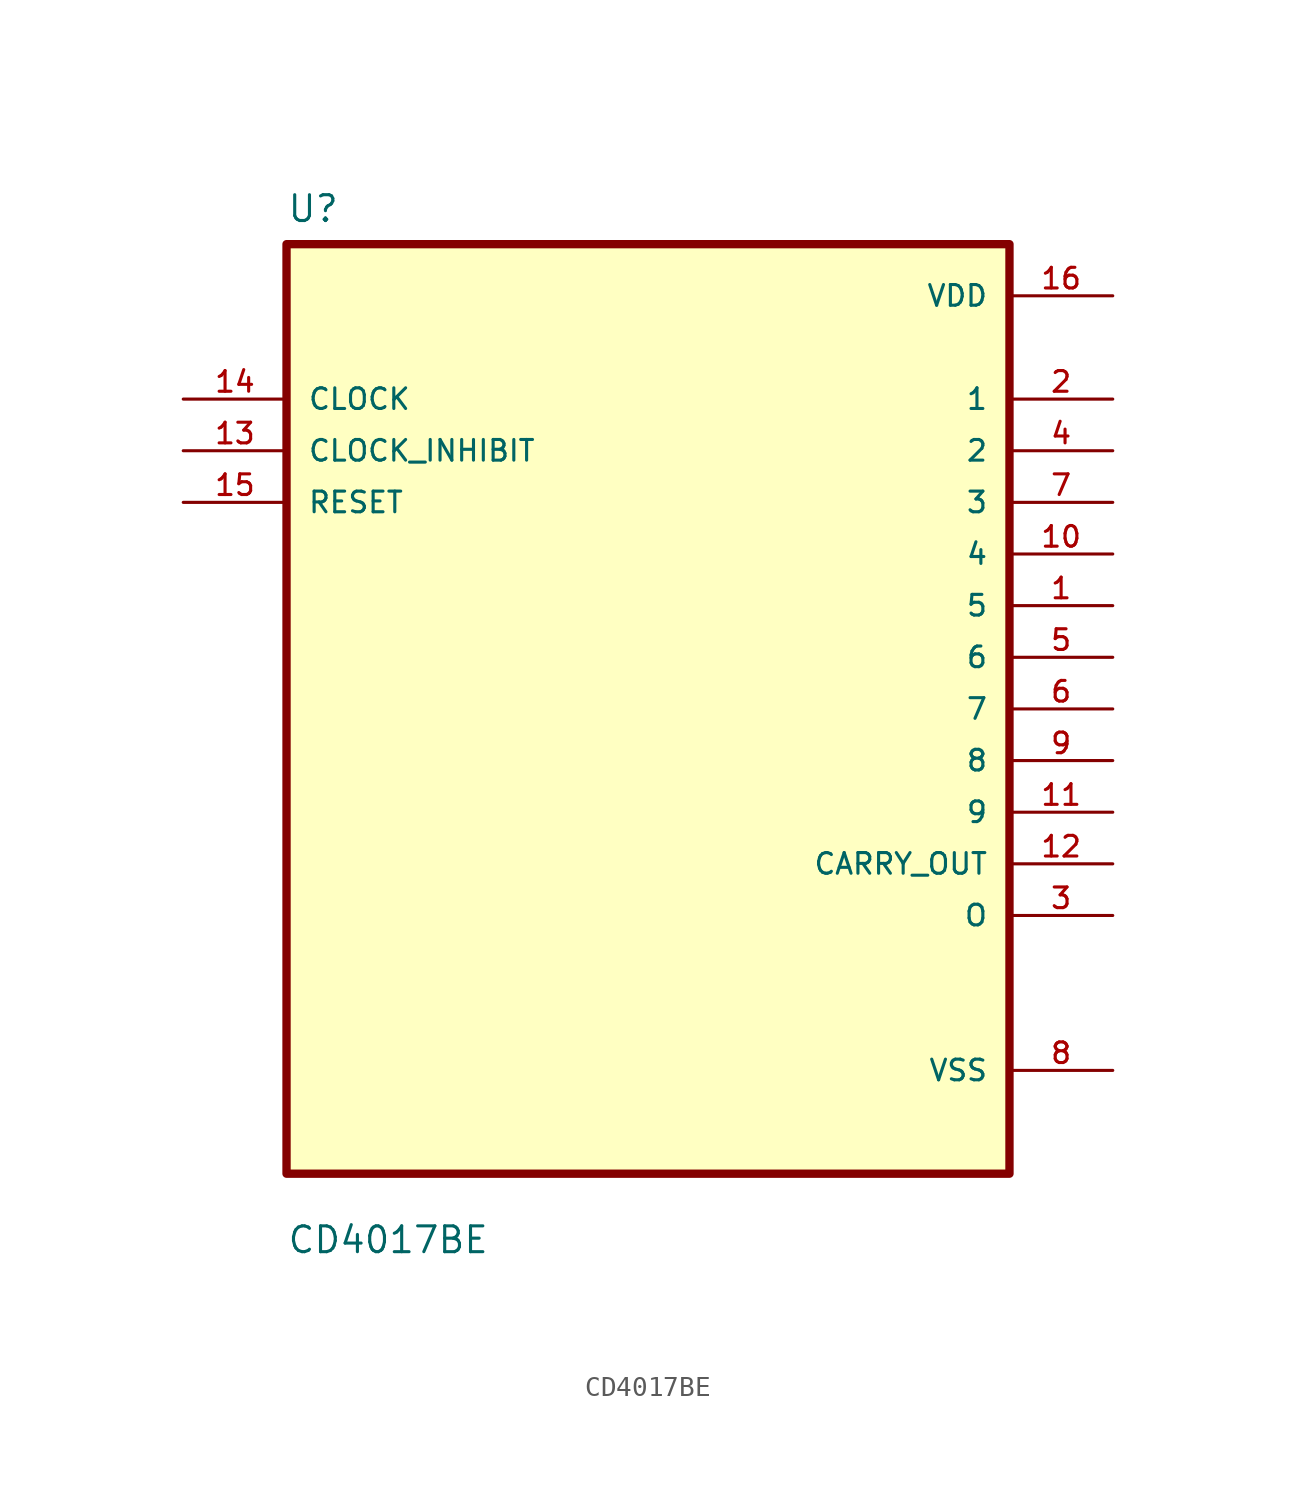
<source format=kicad_sym>
(kicad_symbol_lib
  (version 20211014)
  (generator kicad_symbol_editor)
  (symbol "CD4017BE"
    (pin_names
      (offset 1.016))
    (property "Reference" "U"
      (at -17.78 23.86 0.0)
      (effects (font (size 1.27 1.27)) (justify bottom left)))
    (property "Value" "CD4017BE"
      (at -17.78 -26.86 0.0)
      (effects (font (size 1.27 1.27)) (justify bottom left)))
    (symbol "CD4017BE_0_0"
      (rectangle (start -17.78 -22.86) (end 17.78 22.86) (stroke (width 0.41)) (fill (type background)))
      (pin input line (at -22.86 15.24 0) (length 5.08) (name "CLOCK" (effects (font (size 1.016 1.016)))) (number "14" (effects (font (size 1.016 1.016)))))
      (pin input line (at -22.86 12.7 0) (length 5.08) (name "CLOCK_INHIBIT" (effects (font (size 1.016 1.016)))) (number "13" (effects (font (size 1.016 1.016)))))
      (pin input line (at -22.86 10.16 0) (length 5.08) (name "RESET" (effects (font (size 1.016 1.016)))) (number "15" (effects (font (size 1.016 1.016)))))
      (pin power_in line (at 22.86 20.32 180.0) (length 5.08) (name "VDD" (effects (font (size 1.016 1.016)))) (number "16" (effects (font (size 1.016 1.016)))))
      (pin output line (at 22.86 15.24 180.0) (length 5.08) (name "1" (effects (font (size 1.016 1.016)))) (number "2" (effects (font (size 1.016 1.016)))))
      (pin output line (at 22.86 12.7 180.0) (length 5.08) (name "2" (effects (font (size 1.016 1.016)))) (number "4" (effects (font (size 1.016 1.016)))))
      (pin output line (at 22.86 10.16 180.0) (length 5.08) (name "3" (effects (font (size 1.016 1.016)))) (number "7" (effects (font (size 1.016 1.016)))))
      (pin output line (at 22.86 7.62 180.0) (length 5.08) (name "4" (effects (font (size 1.016 1.016)))) (number "10" (effects (font (size 1.016 1.016)))))
      (pin output line (at 22.86 5.08 180.0) (length 5.08) (name "5" (effects (font (size 1.016 1.016)))) (number "1" (effects (font (size 1.016 1.016)))))
      (pin output line (at 22.86 2.54 180.0) (length 5.08) (name "6" (effects (font (size 1.016 1.016)))) (number "5" (effects (font (size 1.016 1.016)))))
      (pin output line (at 22.86 0.0 180.0) (length 5.08) (name "7" (effects (font (size 1.016 1.016)))) (number "6" (effects (font (size 1.016 1.016)))))
      (pin output line (at 22.86 -2.54 180.0) (length 5.08) (name "8" (effects (font (size 1.016 1.016)))) (number "9" (effects (font (size 1.016 1.016)))))
      (pin output line (at 22.86 -5.08 180.0) (length 5.08) (name "9" (effects (font (size 1.016 1.016)))) (number "11" (effects (font (size 1.016 1.016)))))
      (pin output line (at 22.86 -7.62 180.0) (length 5.08) (name "CARRY_OUT" (effects (font (size 1.016 1.016)))) (number "12" (effects (font (size 1.016 1.016)))))
      (pin output line (at 22.86 -10.16 180.0) (length 5.08) (name "O" (effects (font (size 1.016 1.016)))) (number "3" (effects (font (size 1.016 1.016)))))
      (pin power_in line (at 22.86 -17.78 180.0) (length 5.08) (name "VSS" (effects (font (size 1.016 1.016)))) (number "8" (effects (font (size 1.016 1.016))))))))
</source>
